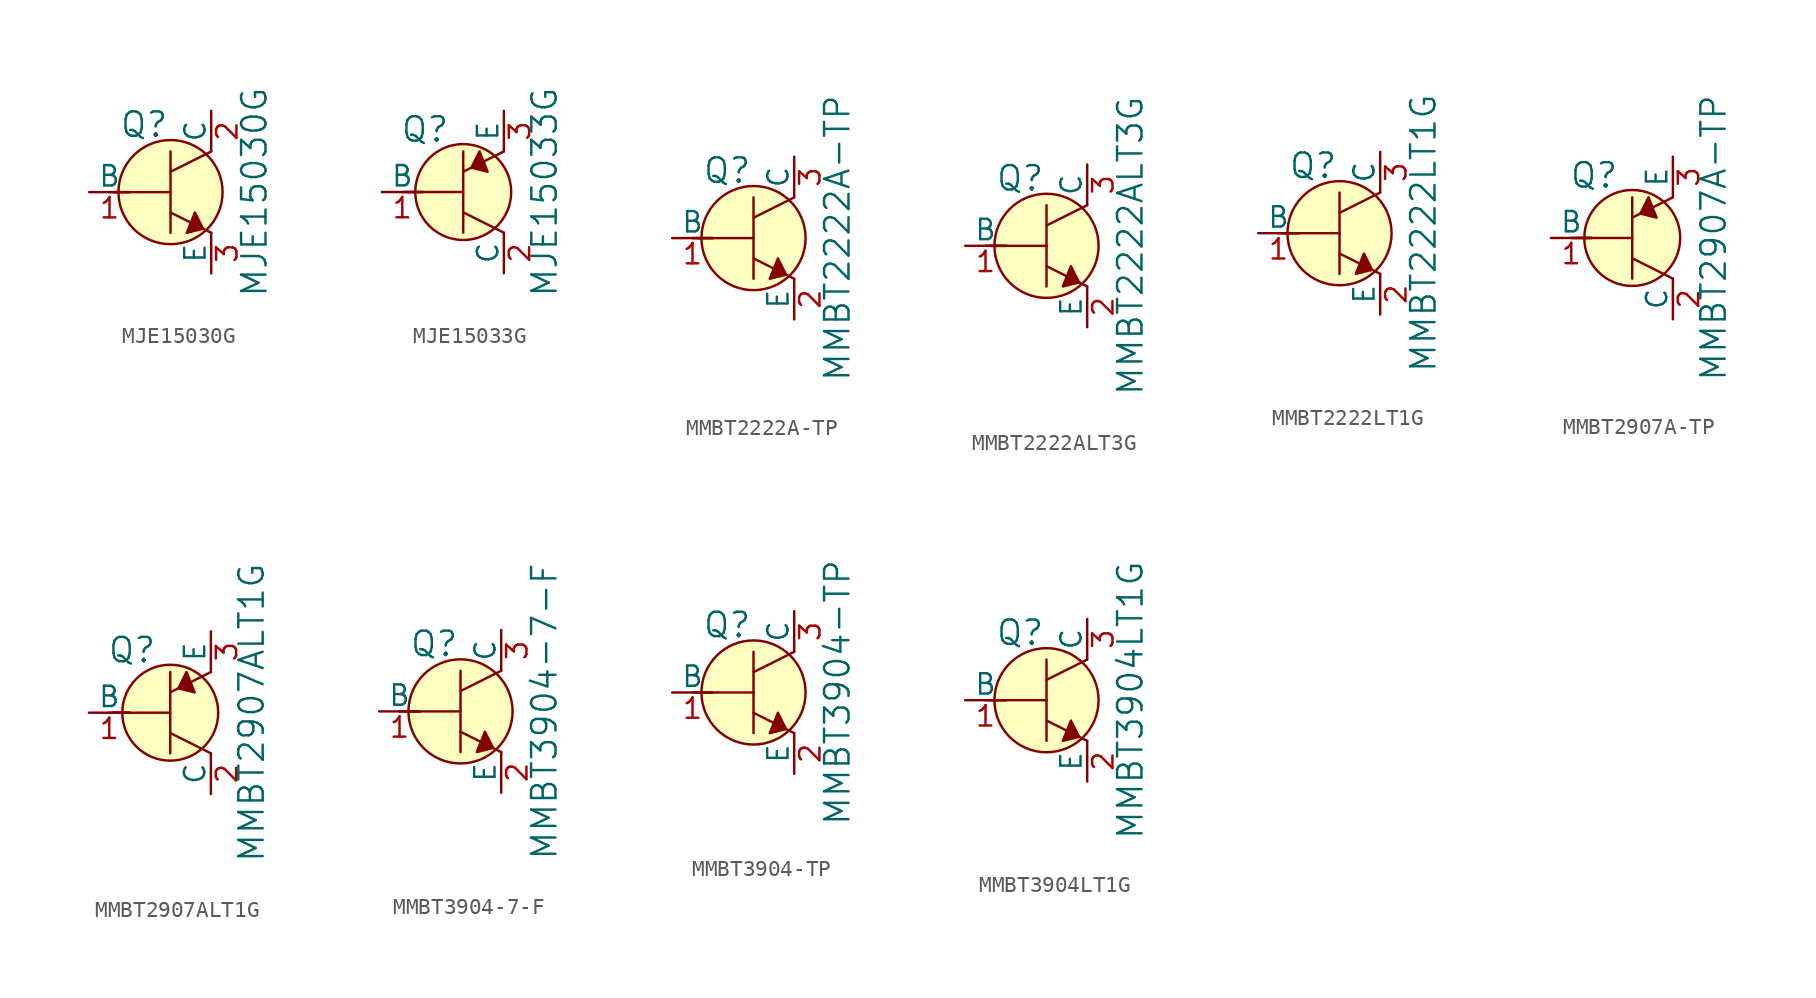
<source format=kicad_sym>
(kicad_symbol_lib
  (version 20211014)
  (generator kicad_symbol_editor)
  (symbol "MJE15030G"
    (pin_names
      (offset 0))
    (property "Reference" "Q"
      (at -3.2 4.216 0)
      (effects (font (size 1.524 1.524)) (justify left)))
    (property "Value" "MJE15030G"
      (at 5.232 0 90)
      (effects (font (size 1.524 1.524))))
    (symbol "MJE15030G_0_1"
      (polyline (pts (xy -3.81 0) (xy -2.54 0)) (stroke (width 0) (type default) (color 0 0 0 0)) (fill (type none)))
      (polyline (pts (xy -3.556 0) (xy 0 0)) (stroke (width 0) (type default) (color 0 0 0 0)) (fill (type none)))
      (polyline (pts (xy 0 -1.27) (xy 2.54 -2.54)) (stroke (width 0) (type default) (color 0 0 0 0)) (fill (type none)))
      (polyline (pts (xy 0 1.27) (xy 2.54 2.54)) (stroke (width 0) (type default) (color 0 0 0 0)) (fill (type none)))
      (polyline (pts (xy 0 2.54) (xy 0 -2.54)) (stroke (width 0) (type default) (color 0 0 0 0)) (fill (type none)))
      (polyline (pts (xy 1.524 -1.27) (xy 2.032 -2.286) (xy 1.016 -2.54) (xy 1.524 -1.27)) (stroke (width 0) (type default) (color 0 0 0 0)) (fill (type outline)))
      (circle (center 0 0) (radius 3.251) (stroke (width 0) (type default) (color 0 0 0 0)) (fill (type background))))
    (symbol "MJE15030G_1_1"
      (pin input line (at -5.08 0 0) (length 2.54) (name "B" (effects (font (size 1.27 1.27)))) (number "1" (effects (font (size 1.27 1.27)))))
      (pin passive line (at 2.54 5.08 270) (length 2.54) (name "C" (effects (font (size 1.27 1.27)))) (number "2" (effects (font (size 1.27 1.27)))))
      (pin passive line (at 2.54 -5.08 90) (length 2.54) (name "E" (effects (font (size 1.27 1.27)))) (number "3" (effects (font (size 1.27 1.27)))))))
  (symbol "MJE15033G"
    (pin_names
      (offset 0))
    (property "Reference" "Q"
      (at -2.388 3.912 0)
      (effects (font (size 1.524 1.524))))
    (property "Value" "MJE15033G"
      (at 5.08 0 90)
      (effects (font (size 1.524 1.524))))
    (symbol "MJE15033G_0_1"
      (polyline (pts (xy -3.81 0) (xy -2.54 0)) (stroke (width 0) (type default) (color 0 0 0 0)) (fill (type none)))
      (polyline (pts (xy -3.556 0) (xy 0 0)) (stroke (width 0) (type default) (color 0 0 0 0)) (fill (type none)))
      (polyline (pts (xy 0 -1.27) (xy 2.54 -2.54)) (stroke (width 0) (type default) (color 0 0 0 0)) (fill (type none)))
      (polyline (pts (xy 0 1.27) (xy 2.54 2.54)) (stroke (width 0) (type default) (color 0 0 0 0)) (fill (type none)))
      (polyline (pts (xy 0 2.54) (xy 0 -2.54)) (stroke (width 0) (type default) (color 0 0 0 0)) (fill (type none)))
      (polyline (pts (xy 1.016 2.54) (xy 0.508 1.524) (xy 1.524 1.27) (xy 1.016 2.54)) (stroke (width 0) (type default) (color 0 0 0 0)) (fill (type outline)))
      (circle (center 0 0) (radius 2.997) (stroke (width 0) (type default) (color 0 0 0 0)) (fill (type background))))
    (symbol "MJE15033G_1_1"
      (pin input line (at -5.08 0 0) (length 2.54) (name "B" (effects (font (size 1.27 1.27)))) (number "1" (effects (font (size 1.27 1.27)))))
      (pin passive line (at 2.54 -5.08 90) (length 2.54) (name "C" (effects (font (size 1.27 1.27)))) (number "2" (effects (font (size 1.27 1.27)))))
      (pin passive line (at 2.54 5.08 270) (length 2.54) (name "E" (effects (font (size 1.27 1.27)))) (number "3" (effects (font (size 1.27 1.27)))))))
  (symbol "MMBT2222A-TP"
    (pin_names
      (offset 0))
    (property "Reference" "Q"
      (at -3.2 4.216 0)
      (effects (font (size 1.524 1.524)) (justify left)))
    (property "Value" "MMBT2222A-TP"
      (at 5.232 0 90)
      (effects (font (size 1.524 1.524))))
    (symbol "MMBT2222A-TP_0_1"
      (polyline (pts (xy -3.81 0) (xy -2.54 0)) (stroke (width 0) (type default) (color 0 0 0 0)) (fill (type none)))
      (polyline (pts (xy -3.556 0) (xy 0 0)) (stroke (width 0) (type default) (color 0 0 0 0)) (fill (type none)))
      (polyline (pts (xy 0 -1.27) (xy 2.54 -2.54)) (stroke (width 0) (type default) (color 0 0 0 0)) (fill (type none)))
      (polyline (pts (xy 0 1.27) (xy 2.54 2.54)) (stroke (width 0) (type default) (color 0 0 0 0)) (fill (type none)))
      (polyline (pts (xy 0 2.54) (xy 0 -2.54)) (stroke (width 0) (type default) (color 0 0 0 0)) (fill (type none)))
      (polyline (pts (xy 1.524 -1.27) (xy 2.032 -2.286) (xy 1.016 -2.54) (xy 1.524 -1.27)) (stroke (width 0) (type default) (color 0 0 0 0)) (fill (type outline)))
      (circle (center 0 0) (radius 3.251) (stroke (width 0) (type default) (color 0 0 0 0)) (fill (type background))))
    (symbol "MMBT2222A-TP_1_1"
      (pin input line (at -5.08 0 0) (length 2.54) (name "B" (effects (font (size 1.27 1.27)))) (number "1" (effects (font (size 1.27 1.27)))))
      (pin passive line (at 2.54 -5.08 90) (length 2.54) (name "E" (effects (font (size 1.27 1.27)))) (number "2" (effects (font (size 1.27 1.27)))))
      (pin passive line (at 2.54 5.08 270) (length 2.54) (name "C" (effects (font (size 1.27 1.27)))) (number "3" (effects (font (size 1.27 1.27)))))))
  (symbol "MMBT2222ALT3G"
    (pin_names
      (offset 0))
    (property "Reference" "Q"
      (at -3.2 4.216 0)
      (effects (font (size 1.524 1.524)) (justify left)))
    (property "Value" "MMBT2222ALT3G"
      (at 5.232 0 90)
      (effects (font (size 1.524 1.524))))
    (symbol "MMBT2222ALT3G_0_1"
      (polyline (pts (xy -3.81 0) (xy -2.54 0)) (stroke (width 0) (type default) (color 0 0 0 0)) (fill (type none)))
      (polyline (pts (xy -3.556 0) (xy 0 0)) (stroke (width 0) (type default) (color 0 0 0 0)) (fill (type none)))
      (polyline (pts (xy 0 -1.27) (xy 2.54 -2.54)) (stroke (width 0) (type default) (color 0 0 0 0)) (fill (type none)))
      (polyline (pts (xy 0 1.27) (xy 2.54 2.54)) (stroke (width 0) (type default) (color 0 0 0 0)) (fill (type none)))
      (polyline (pts (xy 0 2.54) (xy 0 -2.54)) (stroke (width 0) (type default) (color 0 0 0 0)) (fill (type none)))
      (polyline (pts (xy 1.524 -1.27) (xy 2.032 -2.286) (xy 1.016 -2.54) (xy 1.524 -1.27)) (stroke (width 0) (type default) (color 0 0 0 0)) (fill (type outline)))
      (circle (center 0 0) (radius 3.251) (stroke (width 0) (type default) (color 0 0 0 0)) (fill (type background))))
    (symbol "MMBT2222ALT3G_1_1"
      (pin input line (at -5.08 0 0) (length 2.54) (name "B" (effects (font (size 1.27 1.27)))) (number "1" (effects (font (size 1.27 1.27)))))
      (pin passive line (at 2.54 -5.08 90) (length 2.54) (name "E" (effects (font (size 1.27 1.27)))) (number "2" (effects (font (size 1.27 1.27)))))
      (pin passive line (at 2.54 5.08 270) (length 2.54) (name "C" (effects (font (size 1.27 1.27)))) (number "3" (effects (font (size 1.27 1.27)))))))
  (symbol "MMBT2222LT1G"
    (pin_names
      (offset 0))
    (property "Reference" "Q"
      (at -3.2 4.216 0)
      (effects (font (size 1.524 1.524)) (justify left)))
    (property "Value" "MMBT2222LT1G"
      (at 5.232 0 90)
      (effects (font (size 1.524 1.524))))
    (symbol "MMBT2222LT1G_0_1"
      (polyline (pts (xy -3.81 0) (xy -2.54 0)) (stroke (width 0) (type default) (color 0 0 0 0)) (fill (type none)))
      (polyline (pts (xy -3.556 0) (xy 0 0)) (stroke (width 0) (type default) (color 0 0 0 0)) (fill (type none)))
      (polyline (pts (xy 0 -1.27) (xy 2.54 -2.54)) (stroke (width 0) (type default) (color 0 0 0 0)) (fill (type none)))
      (polyline (pts (xy 0 1.27) (xy 2.54 2.54)) (stroke (width 0) (type default) (color 0 0 0 0)) (fill (type none)))
      (polyline (pts (xy 0 2.54) (xy 0 -2.54)) (stroke (width 0) (type default) (color 0 0 0 0)) (fill (type none)))
      (polyline (pts (xy 1.524 -1.27) (xy 2.032 -2.286) (xy 1.016 -2.54) (xy 1.524 -1.27)) (stroke (width 0) (type default) (color 0 0 0 0)) (fill (type outline)))
      (circle (center 0 0) (radius 3.251) (stroke (width 0) (type default) (color 0 0 0 0)) (fill (type background))))
    (symbol "MMBT2222LT1G_1_1"
      (pin input line (at -5.08 0 0) (length 2.54) (name "B" (effects (font (size 1.27 1.27)))) (number "1" (effects (font (size 1.27 1.27)))))
      (pin passive line (at 2.54 -5.08 90) (length 2.54) (name "E" (effects (font (size 1.27 1.27)))) (number "2" (effects (font (size 1.27 1.27)))))
      (pin passive line (at 2.54 5.08 270) (length 2.54) (name "C" (effects (font (size 1.27 1.27)))) (number "3" (effects (font (size 1.27 1.27)))))))
  (symbol "MMBT2907A-TP"
    (pin_names
      (offset 0))
    (property "Reference" "Q"
      (at -2.388 3.912 0)
      (effects (font (size 1.524 1.524))))
    (property "Value" "MMBT2907A-TP"
      (at 5.08 0 90)
      (effects (font (size 1.524 1.524))))
    (symbol "MMBT2907A-TP_0_1"
      (polyline (pts (xy -3.81 0) (xy -2.54 0)) (stroke (width 0) (type default) (color 0 0 0 0)) (fill (type none)))
      (polyline (pts (xy -3.556 0) (xy 0 0)) (stroke (width 0) (type default) (color 0 0 0 0)) (fill (type none)))
      (polyline (pts (xy 0 -1.27) (xy 2.54 -2.54)) (stroke (width 0) (type default) (color 0 0 0 0)) (fill (type none)))
      (polyline (pts (xy 0 1.27) (xy 2.54 2.54)) (stroke (width 0) (type default) (color 0 0 0 0)) (fill (type none)))
      (polyline (pts (xy 0 2.54) (xy 0 -2.54)) (stroke (width 0) (type default) (color 0 0 0 0)) (fill (type none)))
      (polyline (pts (xy 1.016 2.54) (xy 0.508 1.524) (xy 1.524 1.27) (xy 1.016 2.54)) (stroke (width 0) (type default) (color 0 0 0 0)) (fill (type outline)))
      (circle (center 0 0) (radius 2.997) (stroke (width 0) (type default) (color 0 0 0 0)) (fill (type background))))
    (symbol "MMBT2907A-TP_1_1"
      (pin input line (at -5.08 0 0) (length 2.54) (name "B" (effects (font (size 1.27 1.27)))) (number "1" (effects (font (size 1.27 1.27)))))
      (pin passive line (at 2.54 -5.08 90) (length 2.54) (name "C" (effects (font (size 1.27 1.27)))) (number "2" (effects (font (size 1.27 1.27)))))
      (pin passive line (at 2.54 5.08 270) (length 2.54) (name "E" (effects (font (size 1.27 1.27)))) (number "3" (effects (font (size 1.27 1.27)))))))
  (symbol "MMBT2907ALT1G"
    (pin_names
      (offset 0))
    (property "Reference" "Q"
      (at -2.388 3.912 0)
      (effects (font (size 1.524 1.524))))
    (property "Value" "MMBT2907ALT1G"
      (at 5.08 0 90)
      (effects (font (size 1.524 1.524))))
    (symbol "MMBT2907ALT1G_0_1"
      (polyline (pts (xy -3.81 0) (xy -2.54 0)) (stroke (width 0) (type default) (color 0 0 0 0)) (fill (type none)))
      (polyline (pts (xy -3.556 0) (xy 0 0)) (stroke (width 0) (type default) (color 0 0 0 0)) (fill (type none)))
      (polyline (pts (xy 0 -1.27) (xy 2.54 -2.54)) (stroke (width 0) (type default) (color 0 0 0 0)) (fill (type none)))
      (polyline (pts (xy 0 1.27) (xy 2.54 2.54)) (stroke (width 0) (type default) (color 0 0 0 0)) (fill (type none)))
      (polyline (pts (xy 0 2.54) (xy 0 -2.54)) (stroke (width 0) (type default) (color 0 0 0 0)) (fill (type none)))
      (polyline (pts (xy 1.016 2.54) (xy 0.508 1.524) (xy 1.524 1.27) (xy 1.016 2.54)) (stroke (width 0) (type default) (color 0 0 0 0)) (fill (type outline)))
      (circle (center 0 0) (radius 2.997) (stroke (width 0) (type default) (color 0 0 0 0)) (fill (type background))))
    (symbol "MMBT2907ALT1G_1_1"
      (pin input line (at -5.08 0 0) (length 2.54) (name "B" (effects (font (size 1.27 1.27)))) (number "1" (effects (font (size 1.27 1.27)))))
      (pin passive line (at 2.54 -5.08 90) (length 2.54) (name "C" (effects (font (size 1.27 1.27)))) (number "2" (effects (font (size 1.27 1.27)))))
      (pin passive line (at 2.54 5.08 270) (length 2.54) (name "E" (effects (font (size 1.27 1.27)))) (number "3" (effects (font (size 1.27 1.27)))))))
  (symbol "MMBT3904-7-F"
    (pin_names
      (offset 0))
    (property "Reference" "Q"
      (at -3.2 4.216 0)
      (effects (font (size 1.524 1.524)) (justify left)))
    (property "Value" "MMBT3904-7-F"
      (at 5.232 0 90)
      (effects (font (size 1.524 1.524))))
    (symbol "MMBT3904-7-F_0_1"
      (polyline (pts (xy -3.81 0) (xy -2.54 0)) (stroke (width 0) (type default) (color 0 0 0 0)) (fill (type none)))
      (polyline (pts (xy -3.556 0) (xy 0 0)) (stroke (width 0) (type default) (color 0 0 0 0)) (fill (type none)))
      (polyline (pts (xy 0 -1.27) (xy 2.54 -2.54)) (stroke (width 0) (type default) (color 0 0 0 0)) (fill (type none)))
      (polyline (pts (xy 0 1.27) (xy 2.54 2.54)) (stroke (width 0) (type default) (color 0 0 0 0)) (fill (type none)))
      (polyline (pts (xy 0 2.54) (xy 0 -2.54)) (stroke (width 0) (type default) (color 0 0 0 0)) (fill (type none)))
      (polyline (pts (xy 1.524 -1.27) (xy 2.032 -2.286) (xy 1.016 -2.54) (xy 1.524 -1.27)) (stroke (width 0) (type default) (color 0 0 0 0)) (fill (type outline)))
      (circle (center 0 0) (radius 3.251) (stroke (width 0) (type default) (color 0 0 0 0)) (fill (type background))))
    (symbol "MMBT3904-7-F_1_1"
      (pin input line (at -5.08 0 0) (length 2.54) (name "B" (effects (font (size 1.27 1.27)))) (number "1" (effects (font (size 1.27 1.27)))))
      (pin passive line (at 2.54 -5.08 90) (length 2.54) (name "E" (effects (font (size 1.27 1.27)))) (number "2" (effects (font (size 1.27 1.27)))))
      (pin passive line (at 2.54 5.08 270) (length 2.54) (name "C" (effects (font (size 1.27 1.27)))) (number "3" (effects (font (size 1.27 1.27)))))))
  (symbol "MMBT3904-TP"
    (pin_names
      (offset 0))
    (property "Reference" "Q"
      (at -3.2 4.216 0)
      (effects (font (size 1.524 1.524)) (justify left)))
    (property "Value" "MMBT3904-TP"
      (at 5.232 0 90)
      (effects (font (size 1.524 1.524))))
    (symbol "MMBT3904-TP_0_1"
      (polyline (pts (xy -3.81 0) (xy -2.54 0)) (stroke (width 0) (type default) (color 0 0 0 0)) (fill (type none)))
      (polyline (pts (xy -3.556 0) (xy 0 0)) (stroke (width 0) (type default) (color 0 0 0 0)) (fill (type none)))
      (polyline (pts (xy 0 -1.27) (xy 2.54 -2.54)) (stroke (width 0) (type default) (color 0 0 0 0)) (fill (type none)))
      (polyline (pts (xy 0 1.27) (xy 2.54 2.54)) (stroke (width 0) (type default) (color 0 0 0 0)) (fill (type none)))
      (polyline (pts (xy 0 2.54) (xy 0 -2.54)) (stroke (width 0) (type default) (color 0 0 0 0)) (fill (type none)))
      (polyline (pts (xy 1.524 -1.27) (xy 2.032 -2.286) (xy 1.016 -2.54) (xy 1.524 -1.27)) (stroke (width 0) (type default) (color 0 0 0 0)) (fill (type outline)))
      (circle (center 0 0) (radius 3.251) (stroke (width 0) (type default) (color 0 0 0 0)) (fill (type background))))
    (symbol "MMBT3904-TP_1_1"
      (pin input line (at -5.08 0 0) (length 2.54) (name "B" (effects (font (size 1.27 1.27)))) (number "1" (effects (font (size 1.27 1.27)))))
      (pin passive line (at 2.54 -5.08 90) (length 2.54) (name "E" (effects (font (size 1.27 1.27)))) (number "2" (effects (font (size 1.27 1.27)))))
      (pin passive line (at 2.54 5.08 270) (length 2.54) (name "C" (effects (font (size 1.27 1.27)))) (number "3" (effects (font (size 1.27 1.27)))))))
  (symbol "MMBT3904LT1G"
    (pin_names
      (offset 0))
    (property "Reference" "Q"
      (at -3.2 4.216 0)
      (effects (font (size 1.524 1.524)) (justify left)))
    (property "Value" "MMBT3904LT1G"
      (at 5.232 0 90)
      (effects (font (size 1.524 1.524))))
    (symbol "MMBT3904LT1G_0_1"
      (polyline (pts (xy -3.81 0) (xy -2.54 0)) (stroke (width 0) (type default) (color 0 0 0 0)) (fill (type none)))
      (polyline (pts (xy -3.556 0) (xy 0 0)) (stroke (width 0) (type default) (color 0 0 0 0)) (fill (type none)))
      (polyline (pts (xy 0 -1.27) (xy 2.54 -2.54)) (stroke (width 0) (type default) (color 0 0 0 0)) (fill (type none)))
      (polyline (pts (xy 0 1.27) (xy 2.54 2.54)) (stroke (width 0) (type default) (color 0 0 0 0)) (fill (type none)))
      (polyline (pts (xy 0 2.54) (xy 0 -2.54)) (stroke (width 0) (type default) (color 0 0 0 0)) (fill (type none)))
      (polyline (pts (xy 1.524 -1.27) (xy 2.032 -2.286) (xy 1.016 -2.54) (xy 1.524 -1.27)) (stroke (width 0) (type default) (color 0 0 0 0)) (fill (type outline)))
      (circle (center 0 0) (radius 3.251) (stroke (width 0) (type default) (color 0 0 0 0)) (fill (type background))))
    (symbol "MMBT3904LT1G_1_1"
      (pin input line (at -5.08 0 0) (length 2.54) (name "B" (effects (font (size 1.27 1.27)))) (number "1" (effects (font (size 1.27 1.27)))))
      (pin passive line (at 2.54 -5.08 90) (length 2.54) (name "E" (effects (font (size 1.27 1.27)))) (number "2" (effects (font (size 1.27 1.27)))))
      (pin passive line (at 2.54 5.08 270) (length 2.54) (name "C" (effects (font (size 1.27 1.27)))) (number "3" (effects (font (size 1.27 1.27))))))))
</source>
